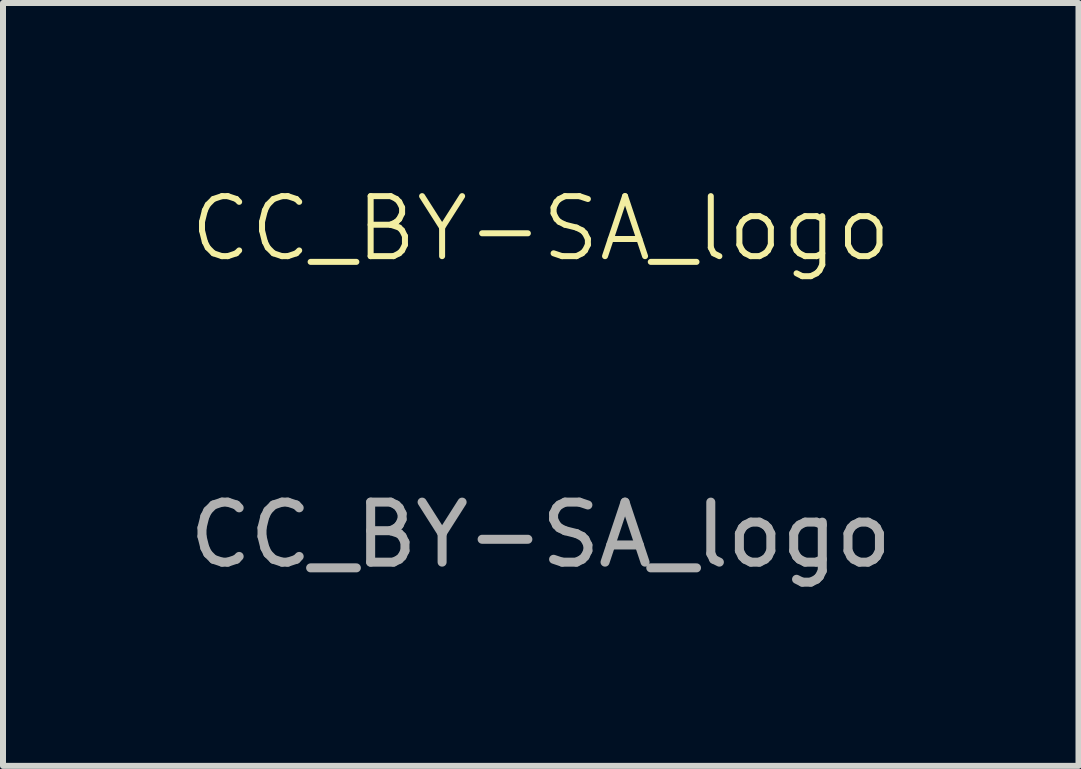
<source format=kicad_pcb>
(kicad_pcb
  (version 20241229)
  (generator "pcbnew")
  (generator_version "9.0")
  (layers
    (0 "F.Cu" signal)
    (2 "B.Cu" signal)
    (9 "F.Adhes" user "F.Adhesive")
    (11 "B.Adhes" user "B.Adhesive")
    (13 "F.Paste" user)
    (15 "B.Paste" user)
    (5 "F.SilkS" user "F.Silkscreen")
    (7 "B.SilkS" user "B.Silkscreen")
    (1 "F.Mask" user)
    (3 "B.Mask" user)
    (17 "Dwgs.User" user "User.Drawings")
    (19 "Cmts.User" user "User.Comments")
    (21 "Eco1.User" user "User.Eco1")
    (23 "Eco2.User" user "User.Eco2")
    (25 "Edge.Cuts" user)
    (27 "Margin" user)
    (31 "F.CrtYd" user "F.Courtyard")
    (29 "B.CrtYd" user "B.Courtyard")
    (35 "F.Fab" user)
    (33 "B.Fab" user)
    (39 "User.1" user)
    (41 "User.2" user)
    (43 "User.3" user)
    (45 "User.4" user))
  (footprint "CC_BY-SA_logo"
    (layer "F.Cu")
    (at 5.958 3.16)
    (property "Reference" "CC_BY-SA_logo" (at 0 -2.4 0) (unlocked yes) (layer "F.SilkS") (effects (font (size 1 1) (thickness 0.1))))
    (attr smd)
    (fp_poly (pts (xy 0.274 0.86) (xy 0.238 0.924) (xy 0.219 0.974) (xy 0.212 1.021) (xy 0.212 1.03) (xy 0.21 1.073) (xy 0.202 1.094) (xy 0.183 1.1) (xy 0.173 1.1) (xy 0.148 1.097) (xy 0.137 1.081) (xy 0.134 1.043) (xy 0.134 1.038) (xy 0.127 0.989) (xy 0.104 0.931) (xy 0.072 0.875) (xy 0.043 0.826) (xy 0.021 0.788) (xy 0.011 0.767) (xy 0.01 0.766) (xy 0.024 0.76) (xy 0.049 0.759) (xy 0.081 0.768) (xy 0.112 0.799) (xy 0.129 0.824) (xy 0.17 0.889) (xy 0.208 0.824) (xy 0.236 0.782) (xy 0.263 0.763) (xy 0.291 0.759) (xy 0.336 0.759)) (stroke (width 0) (type solid)) (fill yes) (layer "F.Mask"))
    (fp_poly (pts (xy 1.353 0.762) (xy 1.395 0.784) (xy 1.419 0.818) (xy 1.422 0.839) (xy 1.412 0.862) (xy 1.386 0.866) (xy 1.355 0.85) (xy 1.341 0.836) (xy 1.305 0.809) (xy 1.27 0.812) (xy 1.251 0.829) (xy 1.24 0.85) (xy 1.25 0.867) (xy 1.283 0.883) (xy 1.334 0.898) (xy 1.393 0.921) (xy 1.426 0.954) (xy 1.438 1.002) (xy 1.438 1.013) (xy 1.424 1.055) (xy 1.388 1.086) (xy 1.337 1.104) (xy 1.28 1.106) (xy 1.223 1.09) (xy 1.221 1.089) (xy 1.182 1.061) (xy 1.161 1.032) (xy 1.161 1.007) (xy 1.183 0.993) (xy 1.196 0.991) (xy 1.228 0.999) (xy 1.236 1.014) (xy 1.249 1.036) (xy 1.282 1.049) (xy 1.322 1.048) (xy 1.329 1.046) (xy 1.359 1.028) (xy 1.36 1.006) (xy 1.335 0.981) (xy 1.286 0.958) (xy 1.274 0.954) (xy 1.209 0.926) (xy 1.173 0.89) (xy 1.166 0.847) (xy 1.177 0.814) (xy 1.207 0.778) (xy 1.251 0.758) (xy 1.303 0.753)) (stroke (width 0) (type solid)) (fill yes) (layer "F.Mask"))
    (fp_poly (pts (xy 1.64 0.761) (xy 1.656 0.771) (xy 1.671 0.793) (xy 1.689 0.834) (xy 1.713 0.897) (xy 1.721 0.918) (xy 1.745 0.983) (xy 1.764 1.038) (xy 1.776 1.075) (xy 1.779 1.088) (xy 1.766 1.097) (xy 1.742 1.1) (xy 1.71 1.09) (xy 1.695 1.061) (xy 1.684 1.036) (xy 1.662 1.025) (xy 1.623 1.022) (xy 1.58 1.026) (xy 1.556 1.041) (xy 1.544 1.061) (xy 1.516 1.094) (xy 1.49 1.1) (xy 1.462 1.098) (xy 1.453 1.094) (xy 1.459 1.077) (xy 1.471 1.043) (xy 1.474 1.036) (xy 1.491 0.995) (xy 1.511 0.941) (xy 1.588 0.941) (xy 1.591 0.957) (xy 1.612 0.96) (xy 1.619 0.96) (xy 1.646 0.956) (xy 1.65 0.938) (xy 1.646 0.925) (xy 1.631 0.881) (xy 1.618 0.867) (xy 1.606 0.881) (xy 1.597 0.905) (xy 1.588 0.941) (xy 1.511 0.941) (xy 1.513 0.937) (xy 1.537 0.875) (xy 1.538 0.871) (xy 1.56 0.814) (xy 1.578 0.78) (xy 1.594 0.764) (xy 1.615 0.759) (xy 1.621 0.759)) (stroke (width 0) (type solid)) (fill yes) (layer "F.Mask"))
    (fp_poly (pts (xy -0.129 0.762) (xy -0.08 0.771) (xy -0.061 0.779) (xy -0.042 0.806) (xy -0.033 0.842) (xy -0.035 0.876) (xy -0.05 0.895) (xy -0.055 0.91) (xy -0.036 0.94) (xy -0.011 0.98) (xy -0.009 1.013) (xy -0.031 1.052) (xy -0.037 1.059) (xy -0.057 1.08) (xy -0.079 1.093) (xy -0.112 1.098) (xy -0.166 1.1) (xy -0.185 1.1) (xy -0.3 1.1) (xy -0.3 0.991) (xy -0.222 0.991) (xy -0.22 1.022) (xy -0.206 1.035) (xy -0.172 1.038) (xy -0.162 1.038) (xy -0.116 1.032) (xy -0.093 1.015) (xy -0.091 1.011) (xy -0.094 0.981) (xy -0.12 0.958) (xy -0.164 0.946) (xy -0.179 0.945) (xy -0.21 0.949) (xy -0.221 0.968) (xy -0.222 0.991) (xy -0.3 0.991) (xy -0.3 0.929) (xy -0.3 0.859) (xy -0.222 0.859) (xy -0.217 0.888) (xy -0.195 0.898) (xy -0.178 0.898) (xy -0.139 0.891) (xy -0.114 0.876) (xy -0.103 0.848) (xy -0.119 0.829) (xy -0.162 0.821) (xy -0.169 0.821) (xy -0.205 0.824) (xy -0.22 0.837) (xy -0.222 0.859) (xy -0.3 0.859) (xy -0.3 0.759) (xy -0.194 0.759)) (stroke (width 0) (type solid)) (fill yes) (layer "F.Mask"))
    (fp_poly (pts (xy 0.118 -0.654) (xy 0.192 -0.64) (xy 0.274 -0.603) (xy 0.355 -0.544) (xy 0.427 -0.47) (xy 0.482 -0.388) (xy 0.509 -0.323) (xy 0.529 -0.2) (xy 0.522 -0.082) (xy 0.489 0.027) (xy 0.433 0.124) (xy 0.356 0.205) (xy 0.261 0.268) (xy 0.151 0.307) (xy 0.057 0.319) (xy -0.019 0.32) (xy -0.08 0.312) (xy -0.139 0.293) (xy -0.142 0.292) (xy -0.243 0.236) (xy -0.329 0.156) (xy -0.395 0.059) (xy -0.438 -0.051) (xy -0.455 -0.168) (xy -0.455 -0.177) (xy -0.452 -0.201) (xy -0.129 -0.201) (xy -0.129 -0.141) (xy -0.126 -0.104) (xy -0.118 -0.086) (xy -0.104 -0.078) (xy -0.094 -0.076) (xy -0.078 -0.072) (xy -0.067 -0.061) (xy -0.061 -0.037) (xy -0.057 0.007) (xy -0.055 0.072) (xy -0.051 0.216) (xy 0.042 0.216) (xy 0.134 0.216) (xy 0.134 0.068) (xy 0.135 -0.000336) (xy 0.137 -0.044) (xy 0.142 -0.067) (xy 0.152 -0.077) (xy 0.165 -0.079) (xy 0.181 -0.082) (xy 0.19 -0.093) (xy 0.195 -0.12) (xy 0.196 -0.168) (xy 0.197 -0.209) (xy 0.195 -0.276) (xy 0.191 -0.318) (xy 0.183 -0.34) (xy 0.172 -0.349) (xy 0.138 -0.356) (xy 0.087 -0.359) (xy 0.027 -0.358) (xy -0.031 -0.355) (xy -0.08 -0.35) (xy -0.108 -0.342) (xy -0.111 -0.34) (xy -0.121 -0.314) (xy -0.127 -0.263) (xy -0.129 -0.201) (xy -0.452 -0.201) (xy -0.44 -0.284) (xy -0.399 -0.389) (xy -0.338 -0.48) (xy -0.04 -0.48) (xy -0.031 -0.439) (xy -0.007 -0.406) (xy 0.032 -0.39) (xy 0.039 -0.39) (xy 0.068 -0.399) (xy 0.091 -0.415) (xy 0.114 -0.453) (xy 0.114 -0.493) (xy 0.095 -0.529) (xy 0.061 -0.551) (xy 0.018 -0.553) (xy 0.002 -0.547) (xy -0.029 -0.519) (xy -0.04 -0.48) (xy -0.338 -0.48) (xy -0.335 -0.484) (xy -0.253 -0.564) (xy -0.156 -0.622) (xy -0.155 -0.623) (xy -0.075 -0.647) (xy 0.02 -0.657)) (stroke (width 0) (type solid)) (fill yes) (layer "F.Mask"))
    (fp_poly (pts (xy 1.599 -0.654) (xy 1.713 -0.62) (xy 1.812 -0.563) (xy 1.894 -0.486) (xy 1.956 -0.392) (xy 1.996 -0.288) (xy 2.011 -0.175) (xy 2 -0.06) (xy 1.98 0.006) (xy 1.925 0.109) (xy 1.849 0.194) (xy 1.754 0.26) (xy 1.648 0.304) (xy 1.534 0.324) (xy 1.419 0.316) (xy 1.378 0.306) (xy 1.275 0.261) (xy 1.184 0.192) (xy 1.111 0.103) (xy 1.058 0.001) (xy 1.031 -0.109) (xy 1.028 -0.157) (xy 1.034 -0.249) (xy 1.232 -0.249) (xy 1.235 -0.234) (xy 1.256 -0.207) (xy 1.272 -0.191) (xy 1.323 -0.141) (xy 1.376 -0.196) (xy 1.403 -0.226) (xy 1.414 -0.246) (xy 1.411 -0.25) (xy 1.4 -0.26) (xy 1.404 -0.285) (xy 1.421 -0.314) (xy 1.443 -0.336) (xy 1.5 -0.358) (xy 1.559 -0.354) (xy 1.612 -0.326) (xy 1.647 -0.281) (xy 1.668 -0.217) (xy 1.67 -0.147) (xy 1.656 -0.08) (xy 1.628 -0.022) (xy 1.589 0.018) (xy 1.562 0.03) (xy 1.508 0.034) (xy 1.458 0.021) (xy 1.423 -0.006) (xy 1.413 -0.025) (xy 1.404 -0.049) (xy 1.385 -0.06) (xy 1.348 -0.064) (xy 1.328 -0.064) (xy 1.279 -0.061) (xy 1.257 -0.05) (xy 1.257 -0.024) (xy 1.277 0.023) (xy 1.277 0.023) (xy 1.325 0.091) (xy 1.391 0.136) (xy 1.474 0.156) (xy 1.571 0.151) (xy 1.635 0.136) (xy 1.686 0.108) (xy 1.737 0.06) (xy 1.781 0.002) (xy 1.809 -0.057) (xy 1.809 -0.059) (xy 1.823 -0.125) (xy 1.823 -0.185) (xy 1.809 -0.255) (xy 1.802 -0.277) (xy 1.763 -0.359) (xy 1.701 -0.423) (xy 1.622 -0.464) (xy 1.529 -0.48) (xy 1.481 -0.479) (xy 1.406 -0.462) (xy 1.347 -0.425) (xy 1.299 -0.364) (xy 1.283 -0.334) (xy 1.259 -0.29) (xy 1.24 -0.259) (xy 1.232 -0.249) (xy 1.034 -0.249) (xy 1.034 -0.26) (xy 1.057 -0.346) (xy 1.1 -0.426) (xy 1.124 -0.459) (xy 1.211 -0.55) (xy 1.312 -0.614) (xy 1.425 -0.651) (xy 1.545 -0.66)) (stroke (width 0) (type solid)) (fill yes) (layer "F.Mask"))
    (fp_poly (pts (xy -2.029 -0.577) (xy -1.921 -0.545) (xy -1.896 -0.534) (xy -1.774 -0.461) (xy -1.672 -0.366) (xy -1.593 -0.253) (xy -1.539 -0.125) (xy -1.513 0.013) (xy -1.51 0.069) (xy -1.525 0.209) (xy -1.566 0.338) (xy -1.631 0.453) (xy -1.716 0.552) (xy -1.819 0.632) (xy -1.938 0.691) (xy -2.067 0.727) (xy -2.206 0.735) (xy -2.283 0.728) (xy -2.398 0.696) (xy -2.511 0.639) (xy -2.616 0.561) (xy -2.704 0.467) (xy -2.768 0.368) (xy -2.818 0.238) (xy -2.838 0.109) (xy -2.631 0.109) (xy -2.622 0.166) (xy -2.601 0.212) (xy -2.586 0.232) (xy -2.519 0.29) (xy -2.443 0.319) (xy -2.361 0.319) (xy -2.286 0.293) (xy -2.244 0.266) (xy -2.213 0.238) (xy -2.208 0.23) (xy -2.196 0.206) (xy -2.2 0.192) (xy -2.224 0.177) (xy -2.236 0.17) (xy -2.266 0.161) (xy -2.293 0.17) (xy -2.312 0.184) (xy -2.366 0.213) (xy -2.415 0.213) (xy -2.454 0.187) (xy -2.48 0.138) (xy -2.486 0.093) (xy -2.159 0.093) (xy -2.148 0.162) (xy -2.128 0.217) (xy -2.121 0.228) (xy -2.063 0.282) (xy -1.989 0.315) (xy -1.909 0.322) (xy -1.841 0.308) (xy -1.798 0.285) (xy -1.759 0.254) (xy -1.733 0.224) (xy -1.727 0.208) (xy -1.74 0.189) (xy -1.768 0.171) (xy -1.802 0.161) (xy -1.828 0.171) (xy -1.843 0.184) (xy -1.89 0.212) (xy -1.936 0.212) (xy -1.977 0.189) (xy -2.007 0.144) (xy -2.022 0.083) (xy -2.022 0.068) (xy -2.012 0.007) (xy -1.985 -0.039) (xy -1.947 -0.068) (xy -1.904 -0.075) (xy -1.861 -0.057) (xy -1.852 -0.048) (xy -1.824 -0.026) (xy -1.797 -0.024) (xy -1.772 -0.034) (xy -1.74 -0.056) (xy -1.734 -0.083) (xy -1.751 -0.112) (xy -1.786 -0.138) (xy -1.836 -0.159) (xy -1.897 -0.171) (xy -1.931 -0.172) (xy -1.987 -0.17) (xy -2.025 -0.16) (xy -2.059 -0.138) (xy -2.074 -0.126) (xy -2.112 -0.086) (xy -2.141 -0.043) (xy -2.146 -0.033) (xy -2.159 0.024) (xy -2.159 0.093) (xy -2.486 0.093) (xy -2.488 0.075) (xy -2.484 0.021) (xy -2.47 -0.016) (xy -2.45 -0.041) (xy -2.411 -0.072) (xy -2.377 -0.076) (xy -2.336 -0.054) (xy -2.326 -0.047) (xy -2.293 -0.025) (xy -2.265 -0.024) (xy -2.239 -0.033) (xy -2.204 -0.051) (xy -2.195 -0.069) (xy -2.21 -0.094) (xy -2.212 -0.097) (xy -2.265 -0.144) (xy -2.334 -0.168) (xy -2.394 -0.172) (xy -2.483 -0.16) (xy -2.553 -0.125) (xy -2.601 -0.069) (xy -2.627 0.007) (xy -2.629 0.031) (xy -2.631 0.109) (xy -2.838 0.109) (xy -2.838 0.106) (xy -2.831 -0.025) (xy -2.799 -0.151) (xy -2.742 -0.269) (xy -2.663 -0.375) (xy -2.564 -0.466) (xy -2.445 -0.536) (xy -2.366 -0.567) (xy -2.263 -0.589) (xy -2.147 -0.591)) (stroke (width 0) (type solid)) (fill yes) (layer "F.Mask"))
    (fp_poly (pts (xy 2.943 -0.157) (xy 2.943 0.588) (xy 0.79 0.588) (xy -1.363 0.588) (xy -1.406 0.657) (xy -1.458 0.725) (xy -1.53 0.799) (xy -1.61 0.87) (xy -1.691 0.929) (xy -1.736 0.955) (xy -1.888 1.02) (xy -2.048 1.058) (xy -2.209 1.067) (xy -2.367 1.048) (xy -2.426 1.033) (xy -2.497 1.009) (xy -2.57 0.979) (xy -2.627 0.952) (xy -2.71 0.898) (xy -2.797 0.826) (xy -2.876 0.746) (xy -2.937 0.669) (xy -2.94 0.664) (xy -2.99 0.588) (xy -3.103 0.588) (xy -3.217 0.588) (xy -3.217 0.01) (xy -2.978 0.01) (xy -2.975 0.158) (xy -2.946 0.302) (xy -2.893 0.439) (xy -2.816 0.56) (xy -2.804 0.576) (xy -2.73 0.653) (xy -2.642 0.726) (xy -2.551 0.787) (xy -2.489 0.819) (xy -2.364 0.858) (xy -2.226 0.877) (xy -2.087 0.875) (xy -1.995 0.859) (xy -1.851 0.811) (xy -1.719 0.736) (xy -1.603 0.64) (xy -1.507 0.526) (xy -1.434 0.397) (xy -1.394 0.285) (xy -1.374 0.164) (xy -1.372 0.034) (xy -1.387 -0.097) (xy -1.41 -0.186) (xy -0.559 -0.186) (xy -0.55 -0.067) (xy -0.515 0.057) (xy -0.457 0.164) (xy -0.383 0.252) (xy -0.276 0.339) (xy -0.158 0.397) (xy -0.032 0.426) (xy 0.103 0.425) (xy 0.151 0.417) (xy 0.279 0.378) (xy 0.391 0.314) (xy 0.485 0.228) (xy 0.558 0.125) (xy 0.606 0.006) (xy 0.628 -0.125) (xy 0.628 -0.172) (xy 0.934 -0.172) (xy 0.934 -0.095) (xy 0.938 -0.039) (xy 0.946 0.005) (xy 0.96 0.046) (xy 0.975 0.08) (xy 1.045 0.193) (xy 1.135 0.287) (xy 1.242 0.358) (xy 1.361 0.406) (xy 1.488 0.427) (xy 1.618 0.42) (xy 1.643 0.415) (xy 1.771 0.373) (xy 1.884 0.304) (xy 1.941 0.253) (xy 2.023 0.152) (xy 2.078 0.038) (xy 2.105 -0.066) (xy 2.114 -0.2) (xy 2.093 -0.329) (xy 2.046 -0.448) (xy 1.974 -0.555) (xy 1.879 -0.644) (xy 1.782 -0.703) (xy 1.733 -0.726) (xy 1.693 -0.741) (xy 1.652 -0.75) (xy 1.6 -0.753) (xy 1.528 -0.754) (xy 1.516 -0.754) (xy 1.439 -0.753) (xy 1.384 -0.75) (xy 1.341 -0.742) (xy 1.303 -0.729) (xy 1.265 -0.711) (xy 1.17 -0.65) (xy 1.08 -0.568) (xy 1.006 -0.472) (xy 0.979 -0.425) (xy 0.958 -0.381) (xy 0.945 -0.343) (xy 0.937 -0.302) (xy 0.934 -0.247) (xy 0.934 -0.172) (xy 0.628 -0.172) (xy 0.626 -0.25) (xy 0.604 -0.358) (xy 0.56 -0.458) (xy 0.535 -0.498) (xy 0.448 -0.603) (xy 0.345 -0.682) (xy 0.226 -0.733) (xy 0.093 -0.758) (xy 0.003 -0.76) (xy -0.073 -0.754) (xy -0.132 -0.742) (xy -0.191 -0.72) (xy -0.226 -0.703) (xy -0.337 -0.632) (xy -0.428 -0.541) (xy -0.497 -0.433) (xy -0.541 -0.313) (xy -0.559 -0.186) (xy -1.41 -0.186) (xy -1.418 -0.219) (xy -1.462 -0.32) (xy -1.551 -0.446) (xy -1.66 -0.554) (xy -1.784 -0.639) (xy -1.919 -0.698) (xy -1.926 -0.7) (xy -2.035 -0.723) (xy -2.158 -0.732) (xy -2.282 -0.727) (xy -2.396 -0.708) (xy -2.445 -0.693) (xy -2.567 -0.636) (xy -2.683 -0.553) (xy -2.787 -0.451) (xy -2.872 -0.336) (xy -2.908 -0.271) (xy -2.956 -0.135) (xy -2.978 0.01) (xy -3.217 0.01) (xy -3.217 -0.157) (xy -3.217 -0.902) (xy -0.137 -0.902) (xy 2.943 -0.902)) (stroke (width 0) (type solid)) (fill yes) (layer "F.Mask"))
    (fp_text user "${REFERENCE}" (at 0 2.7 0) (unlocked yes) (layer "F.Fab") (effects (font (size 1 1) (thickness 0.15)))))
  (gr_rect
    (start -3 -3)
    (end 14.917 9.709)
    (stroke (width 0.1) (type default))
    (fill no)
    (layer "Edge.Cuts")))
</source>
